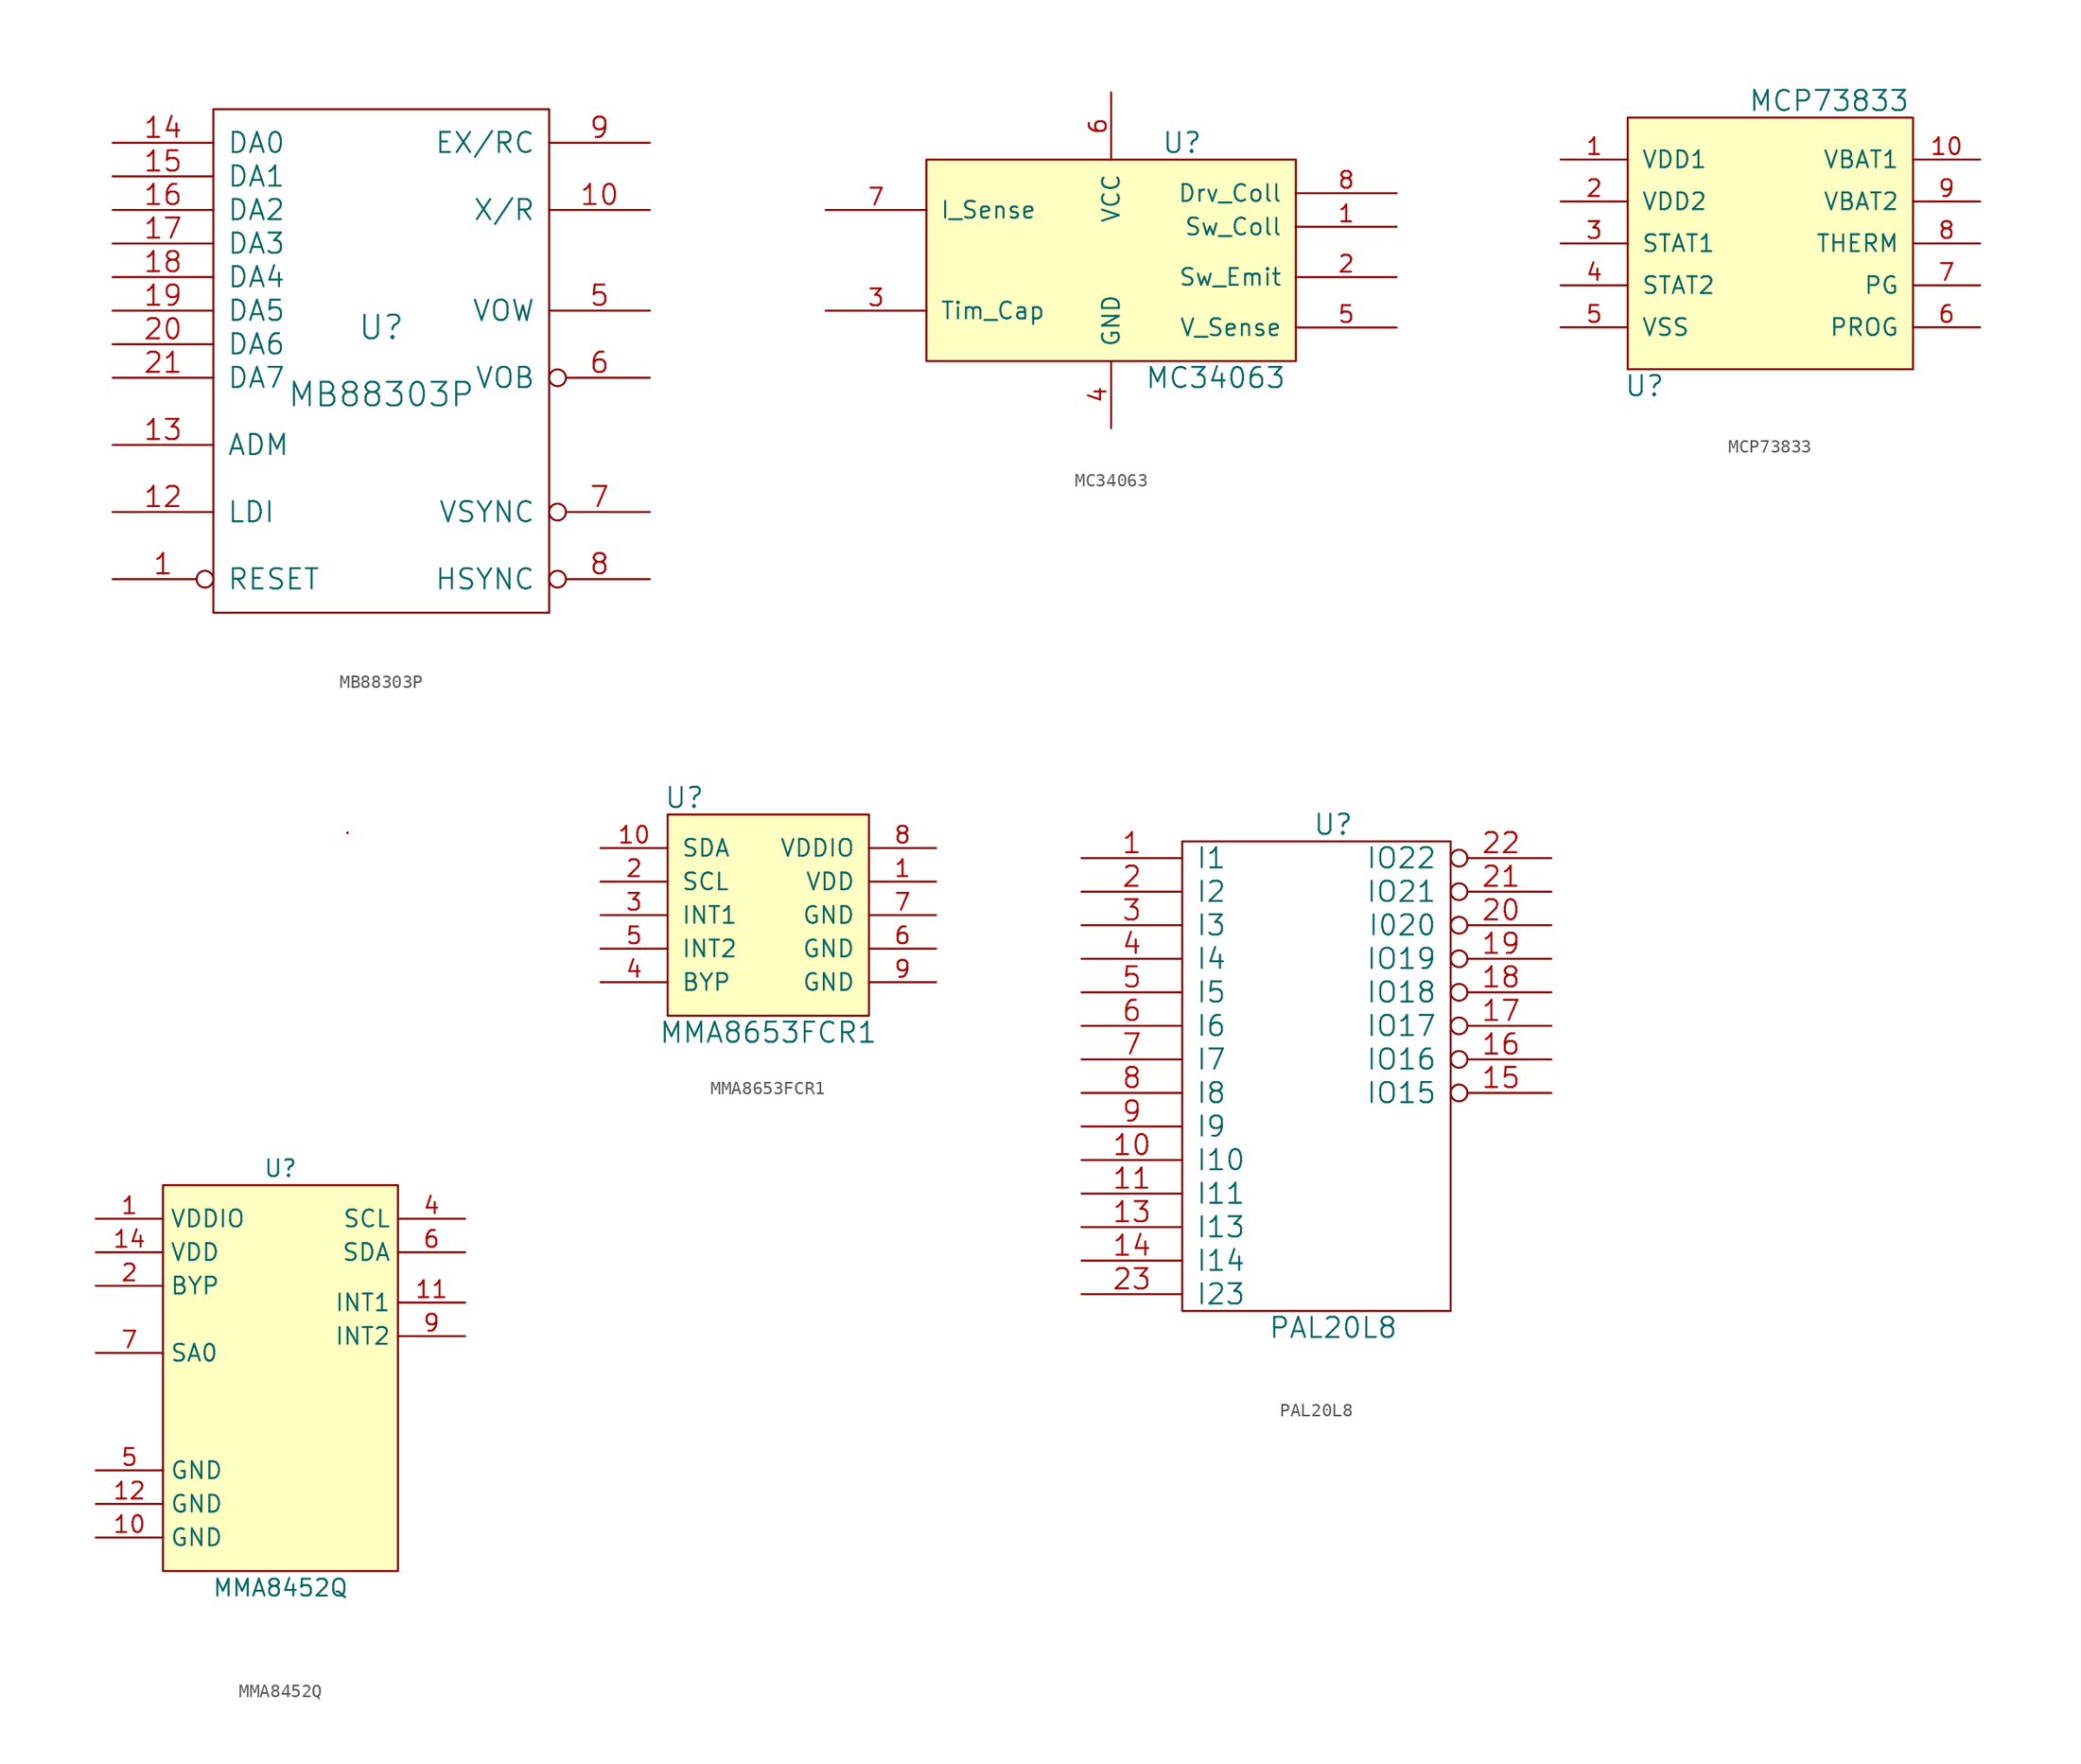
<source format=kicad_sym>
(kicad_symbol_lib
  (version 20211014)
  (generator kicad_symbol_editor)
  (symbol "MB88303P"
    (pin_names
      (offset 1.016))
    (property "Reference" "U"
      (at 0 2.54 0)
      (effects (font (size 1.778 1.778))))
    (property "Value" "MB88303P"
      (at 0 -2.54 0)
      (effects (font (size 1.778 1.778))))
    (property "Footprint" ""
      (at 0 0 0)
      (effects (font (size 1.524 1.524))))
    (property "Datasheet" ""
      (at 0 0 0)
      (effects (font (size 1.524 1.524))))
    (symbol "MB88303P_0_1"
      (rectangle (start -12.7 -19.05) (end 12.7 19.05) (stroke (width 0) (type default) (color 0 0 0 0)) (fill (type none))))
    (symbol "MB88303P_1_1"
      (pin input inverted (at -20.32 -16.51 0) (length 7.62) (name "RESET" (effects (font (size 1.524 1.524)))) (number "1" (effects (font (size 1.524 1.524)))))
      (pin output line (at 20.32 11.43 180) (length 7.62) (name "X/R" (effects (font (size 1.524 1.524)))) (number "10" (effects (font (size 1.524 1.524)))))
      (pin power_in line (at -12.7 -19.05 90) (length 0) hide (name "GND" (effects (font (size 1.524 1.524)))) (number "11" (effects (font (size 1.524 1.524)))))
      (pin input line (at -20.32 -11.43 0) (length 7.62) (name "LDI" (effects (font (size 1.524 1.524)))) (number "12" (effects (font (size 1.524 1.524)))))
      (pin input line (at -20.32 -6.35 0) (length 7.62) (name "ADM" (effects (font (size 1.524 1.524)))) (number "13" (effects (font (size 1.524 1.524)))))
      (pin input line (at -20.32 16.51 0) (length 7.62) (name "DA0" (effects (font (size 1.524 1.524)))) (number "14" (effects (font (size 1.524 1.524)))))
      (pin input line (at -20.32 13.97 0) (length 7.62) (name "DA1" (effects (font (size 1.524 1.524)))) (number "15" (effects (font (size 1.524 1.524)))))
      (pin input line (at -20.32 11.43 0) (length 7.62) (name "DA2" (effects (font (size 1.524 1.524)))) (number "16" (effects (font (size 1.524 1.524)))))
      (pin input line (at -20.32 8.89 0) (length 7.62) (name "DA3" (effects (font (size 1.524 1.524)))) (number "17" (effects (font (size 1.524 1.524)))))
      (pin input line (at -20.32 6.35 0) (length 7.62) (name "DA4" (effects (font (size 1.524 1.524)))) (number "18" (effects (font (size 1.524 1.524)))))
      (pin input line (at -20.32 3.81 0) (length 7.62) (name "DA5" (effects (font (size 1.524 1.524)))) (number "19" (effects (font (size 1.524 1.524)))))
      (pin input line (at -20.32 1.27 0) (length 7.62) (name "DA6" (effects (font (size 1.524 1.524)))) (number "20" (effects (font (size 1.524 1.524)))))
      (pin input line (at -20.32 -1.27 0) (length 7.62) (name "DA7" (effects (font (size 1.524 1.524)))) (number "21" (effects (font (size 1.524 1.524)))))
      (pin power_in line (at -12.7 19.05 90) (length 0) hide (name "VCC" (effects (font (size 1.524 1.524)))) (number "22" (effects (font (size 1.524 1.524)))))
      (pin output line (at 20.32 3.81 180) (length 7.62) (name "VOW" (effects (font (size 1.524 1.524)))) (number "5" (effects (font (size 1.524 1.524)))))
      (pin output inverted (at 20.32 -1.27 180) (length 7.62) (name "VOB" (effects (font (size 1.524 1.524)))) (number "6" (effects (font (size 1.524 1.524)))))
      (pin input inverted (at 20.32 -11.43 180) (length 7.62) (name "VSYNC" (effects (font (size 1.524 1.524)))) (number "7" (effects (font (size 1.524 1.524)))))
      (pin input inverted (at 20.32 -16.51 180) (length 7.62) (name "HSYNC" (effects (font (size 1.524 1.524)))) (number "8" (effects (font (size 1.524 1.524)))))
      (pin input line (at 20.32 16.51 180) (length 7.62) (name "EX/RC" (effects (font (size 1.524 1.524)))) (number "9" (effects (font (size 1.524 1.524)))))))
  (symbol "MC34063"
    (pin_names
      (offset 1.016))
    (property "Reference" "U"
      (at 3.81 8.89 0)
      (effects (font (size 1.524 1.524)) (justify left)))
    (property "Value" "MC34063"
      (at 2.54 -8.89 0)
      (effects (font (size 1.524 1.524)) (justify left)))
    (property "Footprint" ""
      (at 0 0 0)
      (effects (font (size 1.524 1.524))))
    (property "Datasheet" ""
      (at 0 0 0)
      (effects (font (size 1.524 1.524))))
    (symbol "MC34063_0_1"
      (rectangle (start 13.97 7.62) (end -13.97 -7.62) (stroke (width 0) (type default) (color 0 0 0 0)) (fill (type background))))
    (symbol "MC34063_1_1"
      (pin input line (at 21.59 2.54 180) (length 7.62) (name "Sw_Coll" (effects (font (size 1.27 1.27)))) (number "1" (effects (font (size 1.27 1.27)))))
      (pin input line (at 21.59 -1.27 180) (length 7.62) (name "Sw_Emit" (effects (font (size 1.27 1.27)))) (number "2" (effects (font (size 1.27 1.27)))))
      (pin input line (at -21.59 -3.81 0) (length 7.62) (name "Tim_Cap" (effects (font (size 1.27 1.27)))) (number "3" (effects (font (size 1.27 1.27)))))
      (pin power_in line (at 0 -12.7 90) (length 5.08) (name "GND" (effects (font (size 1.27 1.27)))) (number "4" (effects (font (size 1.27 1.27)))))
      (pin input line (at 21.59 -5.08 180) (length 7.62) (name "V_Sense" (effects (font (size 1.27 1.27)))) (number "5" (effects (font (size 1.27 1.27)))))
      (pin power_in line (at 0 12.7 270) (length 5.08) (name "VCC" (effects (font (size 1.27 1.27)))) (number "6" (effects (font (size 1.27 1.27)))))
      (pin input line (at -21.59 3.81 0) (length 7.62) (name "I_Sense" (effects (font (size 1.27 1.27)))) (number "7" (effects (font (size 1.27 1.27)))))
      (pin input line (at 21.59 5.08 180) (length 7.62) (name "Drv_Coll" (effects (font (size 1.27 1.27)))) (number "8" (effects (font (size 1.27 1.27)))))))
  (symbol "MCP73833"
    (pin_names
      (offset 1.016))
    (property "Reference" "U"
      (at -9.525 -10.795 0)
      (effects (font (size 1.524 1.524))))
    (property "Value" "MCP73833"
      (at 4.445 10.795 0)
      (effects (font (size 1.524 1.524))))
    (property "Footprint" ""
      (at -4.445 0 0)
      (effects (font (size 1.524 1.524))))
    (property "Datasheet" ""
      (at -4.445 0 0)
      (effects (font (size 1.524 1.524))))
    (symbol "MCP73833_0_1"
      (rectangle (start -10.795 9.525) (end 10.795 -9.525) (stroke (width 0) (type default) (color 0 0 0 0)) (fill (type background))))
    (symbol "MCP73833_1_1"
      (pin input line (at -15.875 6.35 0) (length 5.08) (name "VDD1" (effects (font (size 1.27 1.27)))) (number "1" (effects (font (size 1.27 1.27)))))
      (pin output line (at 15.875 6.35 180) (length 5.08) (name "VBAT1" (effects (font (size 1.27 1.27)))) (number "10" (effects (font (size 1.27 1.27)))))
      (pin input line (at -15.875 3.175 0) (length 5.08) (name "VDD2" (effects (font (size 1.27 1.27)))) (number "2" (effects (font (size 1.27 1.27)))))
      (pin input line (at -15.875 0 0) (length 5.08) (name "STAT1" (effects (font (size 1.27 1.27)))) (number "3" (effects (font (size 1.27 1.27)))))
      (pin input line (at -15.875 -3.175 0) (length 5.08) (name "STAT2" (effects (font (size 1.27 1.27)))) (number "4" (effects (font (size 1.27 1.27)))))
      (pin input line (at -15.875 -6.35 0) (length 5.08) (name "VSS" (effects (font (size 1.27 1.27)))) (number "5" (effects (font (size 1.27 1.27)))))
      (pin input line (at 15.875 -6.35 180) (length 5.08) (name "PROG" (effects (font (size 1.27 1.27)))) (number "6" (effects (font (size 1.27 1.27)))))
      (pin output line (at 15.875 -3.175 180) (length 5.08) (name "PG" (effects (font (size 1.27 1.27)))) (number "7" (effects (font (size 1.27 1.27)))))
      (pin input line (at 15.875 0 180) (length 5.08) (name "THERM" (effects (font (size 1.27 1.27)))) (number "8" (effects (font (size 1.27 1.27)))))
      (pin output line (at 15.875 3.175 180) (length 5.08) (name "VBAT2" (effects (font (size 1.27 1.27)))) (number "9" (effects (font (size 1.27 1.27)))))))
  (symbol "MMA8452Q"
    (property "Reference" "U"
      (at 13.97 -1.27 0)
      (effects (font (size 1.27 1.27))))
    (property "Value" "MMA8452Q"
      (at 13.97 -33.02 0)
      (effects (font (size 1.27 1.27))))
    (symbol "MMA8452Q_0_1"
      (rectangle (start 5.08 -2.54) (end 22.86 -31.75) (stroke (width 0.152) (type default) (color 0 0 0 0)) (fill (type background)))
      (rectangle (start 19.05 24.13) (end 19.05 24.13) (stroke (width 0.152) (type default) (color 0 0 0 0)) (fill (type none)))
      (rectangle (start 19.05 24.13) (end 19.05 24.13) (stroke (width 0.152) (type default) (color 0 0 0 0)) (fill (type none)))
      (rectangle (start 19.05 24.13) (end 19.05 24.13) (stroke (width 0.152) (type default) (color 0 0 0 0)) (fill (type none)))
      (rectangle (start 19.05 24.13) (end 19.05 24.13) (stroke (width 0.152) (type default) (color 0 0 0 0)) (fill (type none))))
    (symbol "MMA8452Q_1_1"
      (pin power_in line (at 0 -5.08 0) (length 5.08) (name "VDDIO" (effects (font (size 1.27 1.27)))) (number "1" (effects (font (size 1.27 1.27)))))
      (pin power_in line (at 0 -29.21 0) (length 5.08) (name "GND" (effects (font (size 1.27 1.27)))) (number "10" (effects (font (size 1.27 1.27)))))
      (pin output line (at 27.94 -11.43 180) (length 5.08) (name "INT1" (effects (font (size 1.27 1.27)))) (number "11" (effects (font (size 1.27 1.27)))))
      (pin power_in line (at 0 -26.67 0) (length 5.08) (name "GND" (effects (font (size 1.27 1.27)))) (number "12" (effects (font (size 1.27 1.27)))))
      (pin no_connect line (at 27.94 -22.86 180) (length 5.08) hide (name "NC" (effects (font (size 1.27 1.27)))) (number "13" (effects (font (size 1.27 1.27)))))
      (pin power_in line (at 0 -7.62 0) (length 5.08) (name "VDD" (effects (font (size 1.27 1.27)))) (number "14" (effects (font (size 1.27 1.27)))))
      (pin no_connect line (at 27.94 -20.32 180) (length 5.08) hide (name "NC" (effects (font (size 1.27 1.27)))) (number "15" (effects (font (size 1.27 1.27)))))
      (pin no_connect line (at 27.94 -17.78 180) (length 5.08) hide (name "NC" (effects (font (size 1.27 1.27)))) (number "16" (effects (font (size 1.27 1.27)))))
      (pin input line (at 0 -10.16 0) (length 5.08) (name "BYP" (effects (font (size 1.27 1.27)))) (number "2" (effects (font (size 1.27 1.27)))))
      (pin no_connect line (at 27.94 -27.94 180) (length 5.08) hide (name "DNC" (effects (font (size 1.27 1.27)))) (number "3" (effects (font (size 1.27 1.27)))))
      (pin input line (at 27.94 -5.08 180) (length 5.08) (name "SCL" (effects (font (size 1.27 1.27)))) (number "4" (effects (font (size 1.27 1.27)))))
      (pin power_in line (at 0 -24.13 0) (length 5.08) (name "GND" (effects (font (size 1.27 1.27)))) (number "5" (effects (font (size 1.27 1.27)))))
      (pin input line (at 27.94 -7.62 180) (length 5.08) (name "SDA" (effects (font (size 1.27 1.27)))) (number "6" (effects (font (size 1.27 1.27)))))
      (pin input line (at 0 -15.24 0) (length 5.08) (name "SA0" (effects (font (size 1.27 1.27)))) (number "7" (effects (font (size 1.27 1.27)))))
      (pin no_connect line (at 27.94 -25.4 180) (length 5.08) hide (name "NC" (effects (font (size 1.27 1.27)))) (number "8" (effects (font (size 1.27 1.27)))))
      (pin input line (at 27.94 -13.97 180) (length 5.08) (name "INT2" (effects (font (size 1.27 1.27)))) (number "9" (effects (font (size 1.27 1.27)))))))
  (symbol "MMA8653FCR1"
    (pin_names
      (offset 1.016))
    (property "Reference" "U"
      (at -6.35 8.89 0)
      (effects (font (size 1.524 1.524))))
    (property "Value" "MMA8653FCR1"
      (at 0 -8.89 0)
      (effects (font (size 1.524 1.524))))
    (property "Footprint" ""
      (at 5.08 -2.54 0)
      (effects (font (size 1.524 1.524))))
    (property "Datasheet" ""
      (at 5.08 -2.54 0)
      (effects (font (size 1.524 1.524))))
    (symbol "MMA8653FCR1_0_1"
      (rectangle (start -7.62 7.62) (end 7.62 -7.62) (stroke (width 0) (type default) (color 0 0 0 0)) (fill (type background))))
    (symbol "MMA8653FCR1_1_1"
      (pin input line (at 12.7 2.54 180) (length 5.08) (name "VDD" (effects (font (size 1.27 1.27)))) (number "1" (effects (font (size 1.27 1.27)))))
      (pin input line (at -12.7 5.08 0) (length 5.08) (name "SDA" (effects (font (size 1.27 1.27)))) (number "10" (effects (font (size 1.27 1.27)))))
      (pin input line (at -12.7 2.54 0) (length 5.08) (name "SCL" (effects (font (size 1.27 1.27)))) (number "2" (effects (font (size 1.27 1.27)))))
      (pin input line (at -12.7 0 0) (length 5.08) (name "INT1" (effects (font (size 1.27 1.27)))) (number "3" (effects (font (size 1.27 1.27)))))
      (pin input line (at -12.7 -5.08 0) (length 5.08) (name "BYP" (effects (font (size 1.27 1.27)))) (number "4" (effects (font (size 1.27 1.27)))))
      (pin input line (at -12.7 -2.54 0) (length 5.08) (name "INT2" (effects (font (size 1.27 1.27)))) (number "5" (effects (font (size 1.27 1.27)))))
      (pin input line (at 12.7 -2.54 180) (length 5.08) (name "GND" (effects (font (size 1.27 1.27)))) (number "6" (effects (font (size 1.27 1.27)))))
      (pin input line (at 12.7 0 180) (length 5.08) (name "GND" (effects (font (size 1.27 1.27)))) (number "7" (effects (font (size 1.27 1.27)))))
      (pin input line (at 12.7 5.08 180) (length 5.08) (name "VDDIO" (effects (font (size 1.27 1.27)))) (number "8" (effects (font (size 1.27 1.27)))))
      (pin input line (at 12.7 -5.08 180) (length 5.08) (name "GND" (effects (font (size 1.27 1.27)))) (number "9" (effects (font (size 1.27 1.27)))))))
  (symbol "PAL20L8"
    (pin_names
      (offset 1.016))
    (property "Reference" "U"
      (at 1.27 19.05 0)
      (effects (font (size 1.524 1.524))))
    (property "Value" "PAL20L8"
      (at 1.27 -19.05 0)
      (effects (font (size 1.524 1.524))))
    (property "Footprint" ""
      (at 0 0 0)
      (effects (font (size 1.524 1.524))))
    (property "Datasheet" ""
      (at 0 0 0)
      (effects (font (size 1.524 1.524))))
    (symbol "PAL20L8_0_0"
      (pin power_in line (at -7.62 -17.78 90) (length 0) hide (name "GND" (effects (font (size 1.524 1.524)))) (number "12" (effects (font (size 1.524 1.524)))))
      (pin power_in line (at -7.62 17.78 90) (length 0) hide (name "VCC" (effects (font (size 1.524 1.524)))) (number "24" (effects (font (size 1.524 1.524))))))
    (symbol "PAL20L8_0_1"
      (rectangle (start -10.16 17.78) (end 10.16 -17.78) (stroke (width 0) (type default) (color 0 0 0 0)) (fill (type none))))
    (symbol "PAL20L8_1_1"
      (pin input line (at -17.78 16.51 0) (length 7.62) (name "I1" (effects (font (size 1.524 1.524)))) (number "1" (effects (font (size 1.524 1.524)))))
      (pin input line (at -17.78 -6.35 0) (length 7.62) (name "I10" (effects (font (size 1.524 1.524)))) (number "10" (effects (font (size 1.524 1.524)))))
      (pin input line (at -17.78 -8.89 0) (length 7.62) (name "I11" (effects (font (size 1.524 1.524)))) (number "11" (effects (font (size 1.524 1.524)))))
      (pin input line (at -17.78 -11.43 0) (length 7.62) (name "I13" (effects (font (size 1.524 1.524)))) (number "13" (effects (font (size 1.524 1.524)))))
      (pin input line (at -17.78 -13.97 0) (length 7.62) (name "I14" (effects (font (size 1.524 1.524)))) (number "14" (effects (font (size 1.524 1.524)))))
      (pin tri_state inverted (at 17.78 -1.27 180) (length 7.62) (name "IO15" (effects (font (size 1.524 1.524)))) (number "15" (effects (font (size 1.524 1.524)))))
      (pin tri_state inverted (at 17.78 1.27 180) (length 7.62) (name "IO16" (effects (font (size 1.524 1.524)))) (number "16" (effects (font (size 1.524 1.524)))))
      (pin tri_state inverted (at 17.78 3.81 180) (length 7.62) (name "IO17" (effects (font (size 1.524 1.524)))) (number "17" (effects (font (size 1.524 1.524)))))
      (pin tri_state inverted (at 17.78 6.35 180) (length 7.62) (name "IO18" (effects (font (size 1.524 1.524)))) (number "18" (effects (font (size 1.524 1.524)))))
      (pin tri_state inverted (at 17.78 8.89 180) (length 7.62) (name "IO19" (effects (font (size 1.524 1.524)))) (number "19" (effects (font (size 1.524 1.524)))))
      (pin input line (at -17.78 13.97 0) (length 7.62) (name "I2" (effects (font (size 1.524 1.524)))) (number "2" (effects (font (size 1.524 1.524)))))
      (pin tri_state inverted (at 17.78 11.43 180) (length 7.62) (name "I020" (effects (font (size 1.524 1.524)))) (number "20" (effects (font (size 1.524 1.524)))))
      (pin tri_state inverted (at 17.78 13.97 180) (length 7.62) (name "IO21" (effects (font (size 1.524 1.524)))) (number "21" (effects (font (size 1.524 1.524)))))
      (pin tri_state inverted (at 17.78 16.51 180) (length 7.62) (name "IO22" (effects (font (size 1.524 1.524)))) (number "22" (effects (font (size 1.524 1.524)))))
      (pin input line (at -17.78 -16.51 0) (length 7.62) (name "I23" (effects (font (size 1.524 1.524)))) (number "23" (effects (font (size 1.524 1.524)))))
      (pin input line (at -17.78 11.43 0) (length 7.62) (name "I3" (effects (font (size 1.524 1.524)))) (number "3" (effects (font (size 1.524 1.524)))))
      (pin input line (at -17.78 8.89 0) (length 7.62) (name "I4" (effects (font (size 1.524 1.524)))) (number "4" (effects (font (size 1.524 1.524)))))
      (pin input line (at -17.78 6.35 0) (length 7.62) (name "I5" (effects (font (size 1.524 1.524)))) (number "5" (effects (font (size 1.524 1.524)))))
      (pin input line (at -17.78 3.81 0) (length 7.62) (name "I6" (effects (font (size 1.524 1.524)))) (number "6" (effects (font (size 1.524 1.524)))))
      (pin input line (at -17.78 1.27 0) (length 7.62) (name "I7" (effects (font (size 1.524 1.524)))) (number "7" (effects (font (size 1.524 1.524)))))
      (pin input line (at -17.78 -1.27 0) (length 7.62) (name "I8" (effects (font (size 1.524 1.524)))) (number "8" (effects (font (size 1.524 1.524)))))
      (pin input line (at -17.78 -3.81 0) (length 7.62) (name "I9" (effects (font (size 1.524 1.524)))) (number "9" (effects (font (size 1.524 1.524))))))))
</source>
